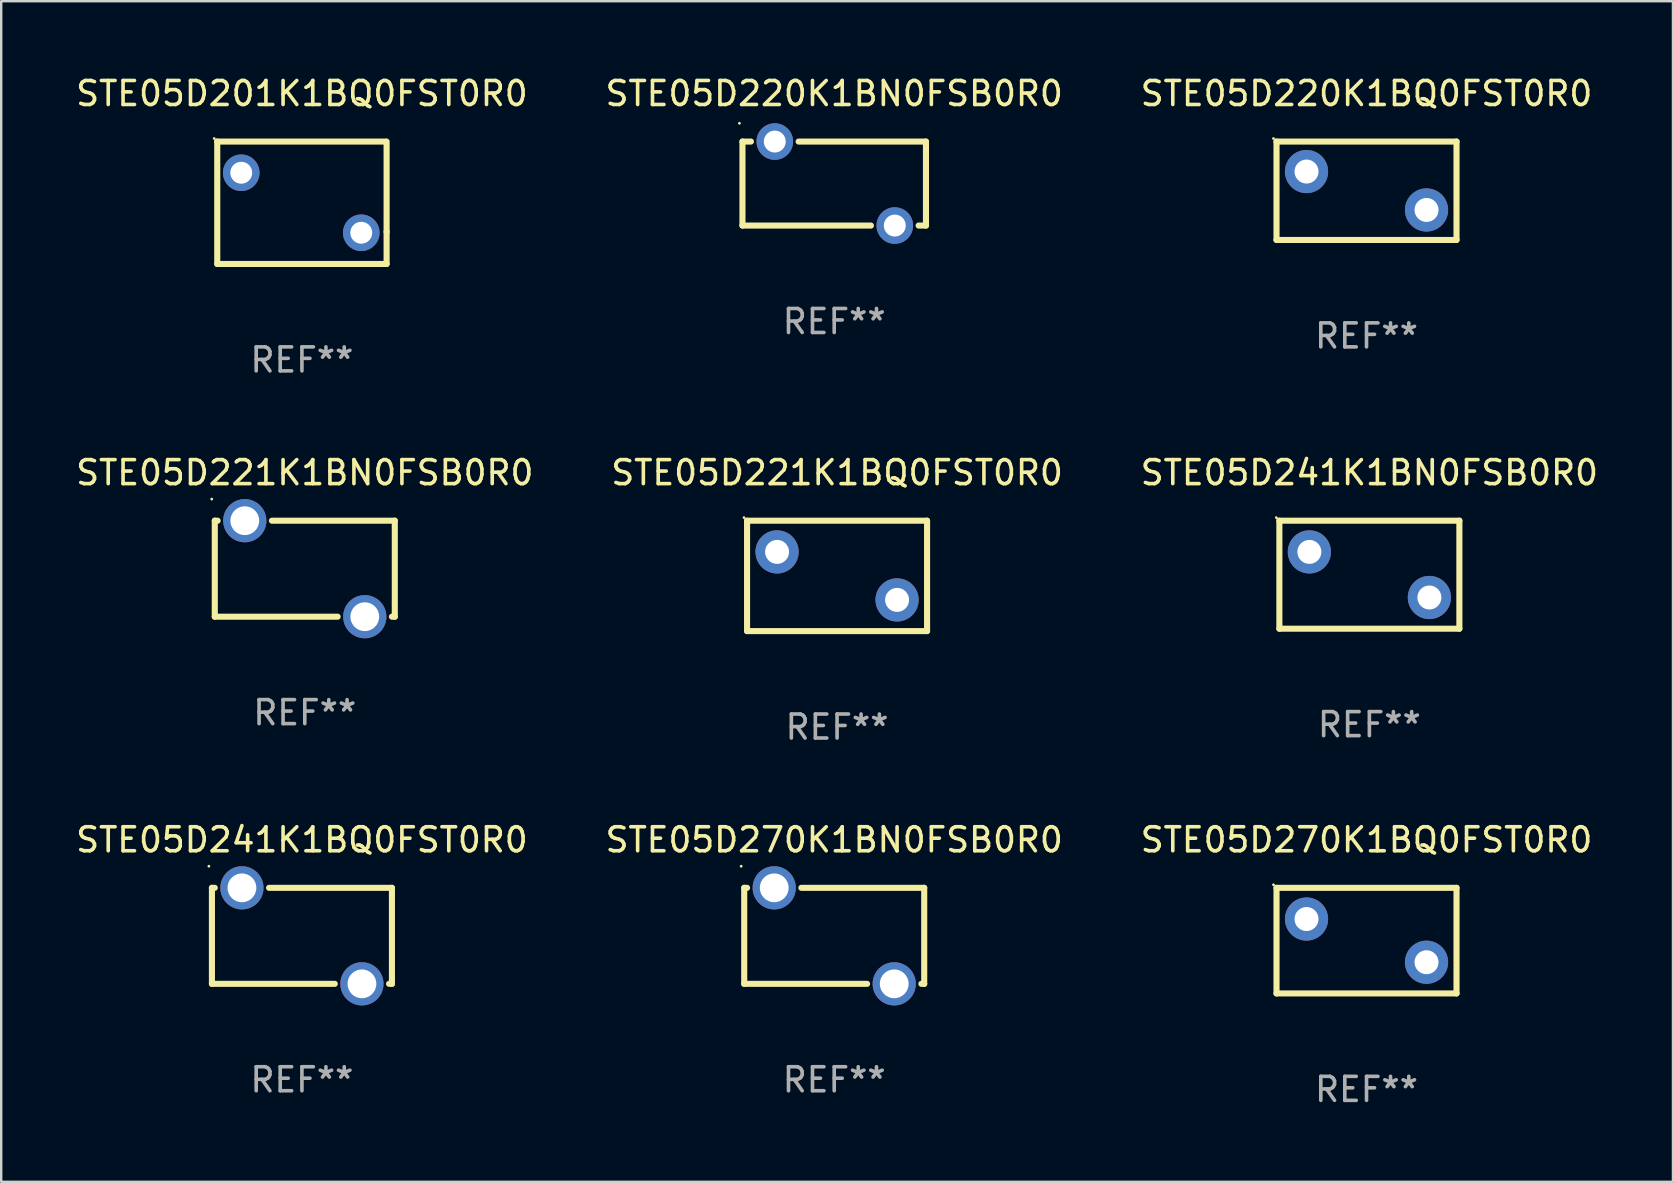
<source format=kicad_pcb>
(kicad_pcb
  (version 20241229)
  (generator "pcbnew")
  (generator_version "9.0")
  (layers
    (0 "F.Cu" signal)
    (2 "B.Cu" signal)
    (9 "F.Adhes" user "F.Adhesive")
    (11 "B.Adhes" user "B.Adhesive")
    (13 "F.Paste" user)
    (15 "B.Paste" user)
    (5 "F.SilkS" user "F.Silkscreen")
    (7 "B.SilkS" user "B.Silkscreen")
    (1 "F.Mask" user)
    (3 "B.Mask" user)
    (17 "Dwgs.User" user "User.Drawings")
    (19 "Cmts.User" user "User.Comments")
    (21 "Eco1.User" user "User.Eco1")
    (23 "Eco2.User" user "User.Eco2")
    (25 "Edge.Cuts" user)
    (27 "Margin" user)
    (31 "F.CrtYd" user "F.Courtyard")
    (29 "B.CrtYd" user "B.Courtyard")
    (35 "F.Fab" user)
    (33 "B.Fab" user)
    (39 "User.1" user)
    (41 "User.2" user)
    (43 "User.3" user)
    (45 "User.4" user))
  (footprint "STE05D270K1BN0FSB0R0"
    (layer "F.Cu")
    (at 31.708 35.942)
    (property "Reference" "STE05D270K1BN0FSB0R0" (at 0 -4 0) (layer "F.SilkS") (effects (font (size 1 1) (thickness 0.15))))
    (attr through_hole)
    (fp_line (start -3.75 -2) (end -3.631 -2) (stroke (width 0.254) (type solid)) (layer "F.SilkS"))
    (fp_line (start -3.75 2) (end -3.75 -2) (stroke (width 0.254) (type solid)) (layer "F.SilkS"))
    (fp_line (start -1.369 -2) (end 3.75 -2) (stroke (width 0.254) (type solid)) (layer "F.SilkS"))
    (fp_line (start 1.369 2) (end -3.75 2) (stroke (width 0.254) (type solid)) (layer "F.SilkS"))
    (fp_line (start 3.75 -2) (end 3.75 2) (stroke (width 0.254) (type solid)) (layer "F.SilkS"))
    (fp_line (start 3.75 2) (end 3.631 2) (stroke (width 0.254) (type solid)) (layer "F.SilkS"))
    (fp_circle (center -3.877 -2.9) (end -3.847 -2.9) (stroke (width 0.06) (type solid)) (fill no) (layer "F.SilkS"))
    (fp_text user "REF**" (at 0 6 0) (layer "F.Fab") (effects (font (size 1 1) (thickness 0.15))))
    (pad "1" thru_hole circle (at -2.5 -2) (size 1.8 1.8) (drill 1.2) (layers "*.Cu" "*.Mask"))
    (pad "2" thru_hole circle (at 2.5 2) (size 1.8 1.8) (drill 1.2) (layers "*.Cu" "*.Mask")))
  (footprint "STE05D220K1BN0FSB0R0"
    (layer "F.Cu")
    (at 31.708 4.598)
    (property "Reference" "STE05D220K1BN0FSB0R0" (at 0 -3.75 0) (layer "F.SilkS") (effects (font (size 1 1) (thickness 0.15))))
    (attr through_hole)
    (fp_line (start -3.823 -1.75) (end -3.47 -1.75) (stroke (width 0.254) (type solid)) (layer "F.SilkS"))
    (fp_line (start -3.823 1.75) (end -3.823 -1.75) (stroke (width 0.254) (type solid)) (layer "F.SilkS"))
    (fp_line (start -3.823 1.75) (end 1.53 1.75) (stroke (width 0.254) (type solid)) (layer "F.SilkS"))
    (fp_line (start -1.483 -1.75) (end 3.823 -1.75) (stroke (width 0.254) (type solid)) (layer "F.SilkS"))
    (fp_line (start 3.517 1.75) (end 3.823 1.75) (stroke (width 0.254) (type solid)) (layer "F.SilkS"))
    (fp_line (start 3.823 -1.75) (end 3.823 1.75) (stroke (width 0.254) (type solid)) (layer "F.SilkS"))
    (fp_circle (center -3.95 -2.512) (end -3.92 -2.512) (stroke (width 0.06) (type solid)) (fill no) (layer "F.SilkS"))
    (fp_text user "REF**" (at 0 5.75 0) (layer "F.Fab") (effects (font (size 1 1) (thickness 0.15))))
    (pad "1" thru_hole circle (at -2.476 -1.75) (size 1.524 1.524) (drill 0.914) (layers "*.Cu" "*.Mask"))
    (pad "2" thru_hole circle (at 2.524 1.75) (size 1.524 1.524) (drill 0.914) (layers "*.Cu" "*.Mask")))
  (footprint "STE05D201K1BQ0FST0R0"
    (layer "F.Cu")
    (at 9.53 5.398)
    (property "Reference" "STE05D201K1BQ0FST0R0" (at 0 -4.55 0) (layer "F.SilkS") (effects (font (size 1 1) (thickness 0.15))))
    (attr through_hole)
    (fp_line (start -3.528 2.55) (end 3.528 2.55) (stroke (width 0.254) (type solid)) (layer "F.SilkS"))
    (fp_line (start -3.528 -2.55) (end -3.528 2.55) (stroke (width 0.254) (type solid)) (layer "F.SilkS"))
    (fp_line (start -3.528 -2.55) (end 3.472 -2.55) (stroke (width 0.254) (type solid)) (layer "F.SilkS"))
    (fp_line (start 3.528 1.207) (end 3.528 -2.55) (stroke (width 0.254) (type solid)) (layer "F.SilkS"))
    (fp_line (start 3.528 2.55) (end 3.528 1.207) (stroke (width 0.254) (type solid)) (layer "F.SilkS"))
    (fp_circle (center -3.655 -2.677) (end -3.625 -2.677) (stroke (width 0.06) (type solid)) (fill no) (layer "F.SilkS"))
    (fp_text user "REF**" (at 0 6.55 0) (layer "F.Fab") (effects (font (size 1 1) (thickness 0.15))))
    (pad "1" thru_hole circle (at -2.528 -1.25) (size 1.524 1.524) (drill 0.914) (layers "*.Cu" "*.Mask"))
    (pad "2" thru_hole circle (at 2.472 1.25) (size 1.524 1.524) (drill 0.914) (layers "*.Cu" "*.Mask")))
  (footprint "STE05D270K1BQ0FST0R0"
    (layer "F.Cu")
    (at 53.887 36.142)
    (property "Reference" "STE05D270K1BQ0FST0R0" (at 0 -4.2 0) (layer "F.SilkS") (effects (font (size 1 1) (thickness 0.15))))
    (attr through_hole)
    (fp_line (start -3.75 -2.2) (end 3.75 -2.2) (stroke (width 0.254) (type solid)) (layer "F.SilkS"))
    (fp_line (start -3.75 2.2) (end -3.75 -2.2) (stroke (width 0.254) (type solid)) (layer "F.SilkS"))
    (fp_line (start 3.75 -2.2) (end 3.75 2.2) (stroke (width 0.254) (type solid)) (layer "F.SilkS"))
    (fp_line (start 3.75 2.2) (end -3.75 2.2) (stroke (width 0.254) (type solid)) (layer "F.SilkS"))
    (fp_circle (center -3.877 -2.327) (end -3.847 -2.327) (stroke (width 0.06) (type solid)) (fill no) (layer "F.SilkS"))
    (fp_text user "REF**" (at 0 6.2 0) (layer "F.Fab") (effects (font (size 1 1) (thickness 0.15))))
    (pad "1" thru_hole circle (at -2.5 -0.9) (size 1.8 1.8) (drill 1) (layers "*.Cu" "*.Mask"))
    (pad "2" thru_hole circle (at 2.5 0.9) (size 1.8 1.8) (drill 1) (layers "*.Cu" "*.Mask")))
  (footprint "STE05D221K1BQ0FST0R0"
    (layer "F.Cu")
    (at 31.827 20.945)
    (property "Reference" "STE05D221K1BQ0FST0R0" (at 0 -4.3 0) (layer "F.SilkS") (effects (font (size 1 1) (thickness 0.15))))
    (attr through_hole)
    (fp_line (start -3.75 -2.3) (end 3.75 -2.3) (stroke (width 0.254) (type solid)) (layer "F.SilkS"))
    (fp_line (start -3.75 2.3) (end -3.75 -2.3) (stroke (width 0.254) (type solid)) (layer "F.SilkS"))
    (fp_line (start 3.75 -2.3) (end 3.75 2.3) (stroke (width 0.254) (type solid)) (layer "F.SilkS"))
    (fp_line (start 3.75 2.3) (end -3.75 2.3) (stroke (width 0.254) (type solid)) (layer "F.SilkS"))
    (fp_circle (center -3.877 -2.427) (end -3.847 -2.427) (stroke (width 0.06) (type solid)) (fill no) (layer "F.SilkS"))
    (fp_text user "REF**" (at 0 6.3 0) (layer "F.Fab") (effects (font (size 1 1) (thickness 0.15))))
    (pad "1" thru_hole circle (at -2.5 -1) (size 1.8 1.8) (drill 1) (layers "*.Cu" "*.Mask"))
    (pad "2" thru_hole circle (at 2.5 1) (size 1.8 1.8) (drill 1) (layers "*.Cu" "*.Mask")))
  (footprint "STE05D241K1BN0FSB0R0"
    (layer "F.Cu")
    (at 54.006 20.895)
    (property "Reference" "STE05D241K1BN0FSB0R0" (at 0 -4.25 0) (layer "F.SilkS") (effects (font (size 1 1) (thickness 0.15))))
    (attr through_hole)
    (fp_line (start -3.75 -2.25) (end -3.75 2.25) (stroke (width 0.254) (type solid)) (layer "F.SilkS"))
    (fp_line (start -3.75 -2.25) (end 3.75 -2.25) (stroke (width 0.254) (type solid)) (layer "F.SilkS"))
    (fp_line (start -3.75 2.25) (end 3.75 2.25) (stroke (width 0.254) (type solid)) (layer "F.SilkS"))
    (fp_line (start 3.75 -2.25) (end 3.75 2.25) (stroke (width 0.254) (type solid)) (layer "F.SilkS"))
    (fp_circle (center -3.877 -2.377) (end -3.847 -2.377) (stroke (width 0.06) (type solid)) (fill no) (layer "F.SilkS"))
    (fp_text user "REF**" (at 0 6.25 0) (layer "F.Fab") (effects (font (size 1 1) (thickness 0.15))))
    (pad "1" thru_hole circle (at -2.5 -0.95) (size 1.8 1.8) (drill 1) (layers "*.Cu" "*.Mask"))
    (pad "2" thru_hole circle (at 2.5 0.95) (size 1.8 1.8) (drill 1) (layers "*.Cu" "*.Mask")))
  (footprint "STE05D221K1BN0FSB0R0"
    (layer "F.Cu")
    (at 9.649 20.645)
    (property "Reference" "STE05D221K1BN0FSB0R0" (at 0 -4 0) (layer "F.SilkS") (effects (font (size 1 1) (thickness 0.15))))
    (attr through_hole)
    (fp_line (start -3.75 -2) (end -3.631 -2) (stroke (width 0.254) (type solid)) (layer "F.SilkS"))
    (fp_line (start -3.75 2) (end -3.75 -2) (stroke (width 0.254) (type solid)) (layer "F.SilkS"))
    (fp_line (start -1.369 -2) (end 3.75 -2) (stroke (width 0.254) (type solid)) (layer "F.SilkS"))
    (fp_line (start 1.369 2) (end -3.75 2) (stroke (width 0.254) (type solid)) (layer "F.SilkS"))
    (fp_line (start 3.75 -2) (end 3.75 2) (stroke (width 0.254) (type solid)) (layer "F.SilkS"))
    (fp_line (start 3.75 2) (end 3.631 2) (stroke (width 0.254) (type solid)) (layer "F.SilkS"))
    (fp_circle (center -3.877 -2.9) (end -3.847 -2.9) (stroke (width 0.06) (type solid)) (fill no) (layer "F.SilkS"))
    (fp_text user "REF**" (at 0 6 0) (layer "F.Fab") (effects (font (size 1 1) (thickness 0.15))))
    (pad "1" thru_hole circle (at -2.5 -2) (size 1.8 1.8) (drill 1.2) (layers "*.Cu" "*.Mask"))
    (pad "2" thru_hole circle (at 2.5 2) (size 1.8 1.8) (drill 1.2) (layers "*.Cu" "*.Mask")))
  (footprint "STE05D241K1BQ0FST0R0"
    (layer "F.Cu")
    (at 9.53 35.942)
    (property "Reference" "STE05D241K1BQ0FST0R0" (at 0 -4 0) (layer "F.SilkS") (effects (font (size 1 1) (thickness 0.15))))
    (attr through_hole)
    (fp_line (start -3.75 -2) (end -3.631 -2) (stroke (width 0.254) (type solid)) (layer "F.SilkS"))
    (fp_line (start -3.75 2) (end -3.75 -2) (stroke (width 0.254) (type solid)) (layer "F.SilkS"))
    (fp_line (start -1.369 -2) (end 3.75 -2) (stroke (width 0.254) (type solid)) (layer "F.SilkS"))
    (fp_line (start 1.369 2) (end -3.75 2) (stroke (width 0.254) (type solid)) (layer "F.SilkS"))
    (fp_line (start 3.75 -2) (end 3.75 2) (stroke (width 0.254) (type solid)) (layer "F.SilkS"))
    (fp_line (start 3.75 2) (end 3.631 2) (stroke (width 0.254) (type solid)) (layer "F.SilkS"))
    (fp_circle (center -3.877 -2.9) (end -3.847 -2.9) (stroke (width 0.06) (type solid)) (fill no) (layer "F.SilkS"))
    (fp_text user "REF**" (at 0 6 0) (layer "F.Fab") (effects (font (size 1 1) (thickness 0.15))))
    (pad "1" thru_hole circle (at -2.5 -2) (size 1.8 1.8) (drill 1.2) (layers "*.Cu" "*.Mask"))
    (pad "2" thru_hole circle (at 2.5 2) (size 1.8 1.8) (drill 1.2) (layers "*.Cu" "*.Mask")))
  (footprint "STE05D220K1BQ0FST0R0"
    (layer "F.Cu")
    (at 53.887 4.898)
    (property "Reference" "STE05D220K1BQ0FST0R0" (at 0 -4.05 0) (layer "F.SilkS") (effects (font (size 1 1) (thickness 0.15))))
    (attr through_hole)
    (fp_line (start -3.75 -2.05) (end -3.75 2.05) (stroke (width 0.254) (type solid)) (layer "F.SilkS"))
    (fp_line (start -3.75 -2.05) (end 3.75 -2.05) (stroke (width 0.254) (type solid)) (layer "F.SilkS"))
    (fp_line (start -3.75 2.05) (end 3.75 2.05) (stroke (width 0.254) (type solid)) (layer "F.SilkS"))
    (fp_line (start 3.75 -2.05) (end 3.75 2.05) (stroke (width 0.254) (type solid)) (layer "F.SilkS"))
    (fp_circle (center -3.877 -2.177) (end -3.847 -2.177) (stroke (width 0.06) (type solid)) (fill no) (layer "F.SilkS"))
    (fp_text user "REF**" (at 0 6.05 0) (layer "F.Fab") (effects (font (size 1 1) (thickness 0.15))))
    (pad "1" thru_hole circle (at -2.5 -0.8) (size 1.8 1.8) (drill 1) (layers "*.Cu" "*.Mask"))
    (pad "2" thru_hole circle (at 2.5 0.8) (size 1.8 1.8) (drill 1) (layers "*.Cu" "*.Mask")))
  (gr_rect
    (start -3 -3)
    (end 66.655 46.19)
    (stroke (width 0.1) (type default))
    (fill no)
    (layer "Edge.Cuts")))
</source>
